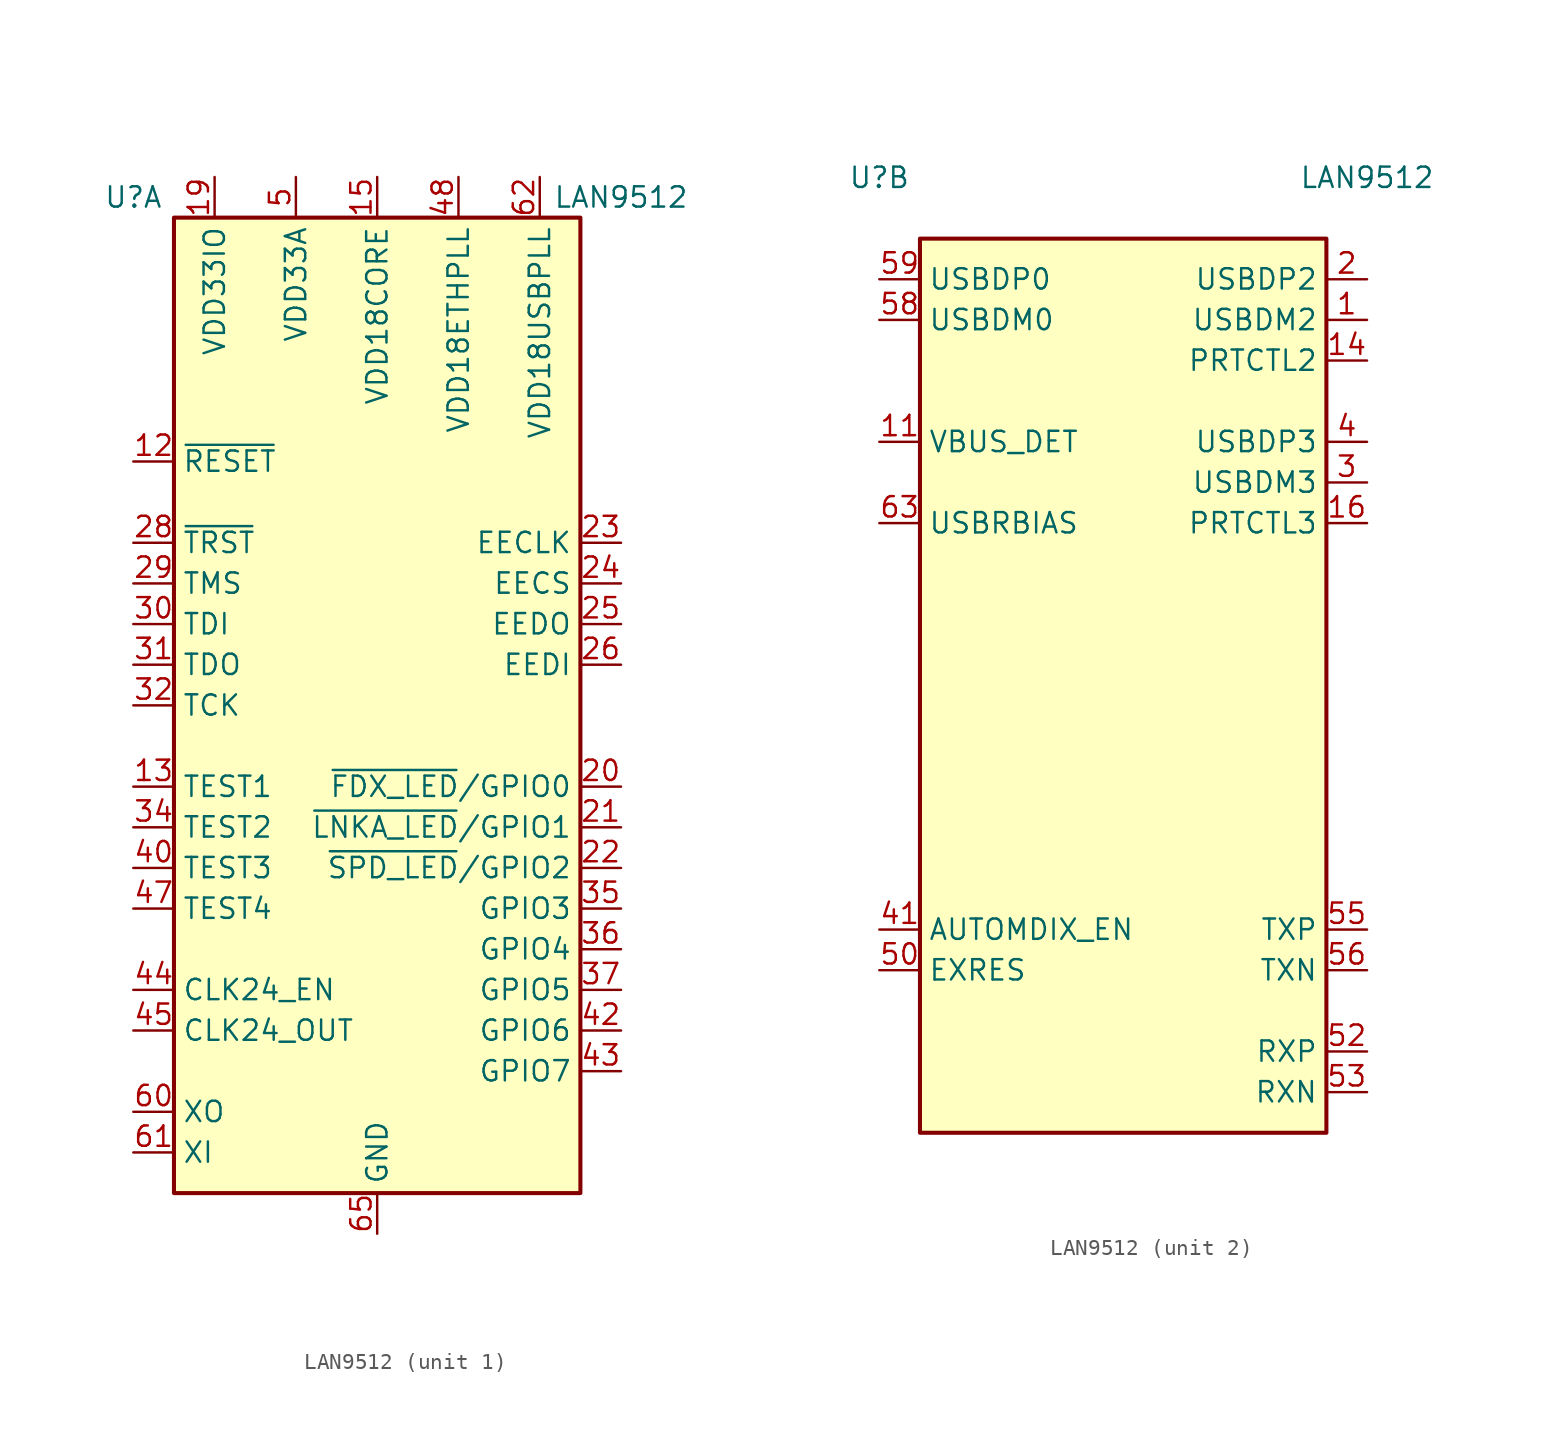
<source format=kicad_sym>
(kicad_symbol_lib
  (version 20241209)
  (generator "kicad_symbol_editor")
  (generator_version "9.0")
  (symbol "LAN9512"
    (property "Reference" "U"
      (at -15.24 31.75 0)
      (effects (font (size 1.27 1.27))))
    (property "Value" "LAN9512"
      (at 15.24 31.75 0)
      (effects (font (size 1.27 1.27))))
    (property "ki_locked" ""
      (at 0 0 0)
      (effects (font (size 1.27 1.27))))
    (symbol "LAN9512_1_1"
      (rectangle (start -12.7 30.48) (end 12.7 -30.48) (stroke (width 0.254) (type default)) (fill (type background)))
      (pin input line (at -15.24 15.24 0) (length 2.54) (name "~{RESET}" (effects (font (size 1.27 1.27)))) (number "12" (effects (font (size 1.27 1.27)))))
      (pin input line (at -15.24 10.16 0) (length 2.54) (name "~{TRST}" (effects (font (size 1.27 1.27)))) (number "28" (effects (font (size 1.27 1.27)))))
      (pin input line (at -15.24 7.62 0) (length 2.54) (name "TMS" (effects (font (size 1.27 1.27)))) (number "29" (effects (font (size 1.27 1.27)))))
      (pin input line (at -15.24 5.08 0) (length 2.54) (name "TDI" (effects (font (size 1.27 1.27)))) (number "30" (effects (font (size 1.27 1.27)))))
      (pin output line (at -15.24 2.54 0) (length 2.54) (name "TDO" (effects (font (size 1.27 1.27)))) (number "31" (effects (font (size 1.27 1.27)))))
      (pin input line (at -15.24 0 0) (length 2.54) (name "TCK" (effects (font (size 1.27 1.27)))) (number "32" (effects (font (size 1.27 1.27)))))
      (pin input line (at -15.24 -5.08 0) (length 2.54) (name "TEST1" (effects (font (size 1.27 1.27)))) (number "13" (effects (font (size 1.27 1.27)))))
      (pin input line (at -15.24 -7.62 0) (length 2.54) (name "TEST2" (effects (font (size 1.27 1.27)))) (number "34" (effects (font (size 1.27 1.27)))))
      (pin input line (at -15.24 -10.16 0) (length 2.54) (name "TEST3" (effects (font (size 1.27 1.27)))) (number "40" (effects (font (size 1.27 1.27)))))
      (pin input line (at -15.24 -12.7 0) (length 2.54) (name "TEST4" (effects (font (size 1.27 1.27)))) (number "47" (effects (font (size 1.27 1.27)))))
      (pin input line (at -15.24 -17.78 0) (length 2.54) (name "CLK24_EN" (effects (font (size 1.27 1.27)))) (number "44" (effects (font (size 1.27 1.27)))))
      (pin output line (at -15.24 -20.32 0) (length 2.54) (name "CLK24_OUT" (effects (font (size 1.27 1.27)))) (number "45" (effects (font (size 1.27 1.27)))))
      (pin input line (at -15.24 -25.4 0) (length 2.54) (name "XO" (effects (font (size 1.27 1.27)))) (number "60" (effects (font (size 1.27 1.27)))))
      (pin input line (at -15.24 -27.94 0) (length 2.54) (name "XI" (effects (font (size 1.27 1.27)))) (number "61" (effects (font (size 1.27 1.27)))))
      (pin power_in line (at -10.16 33.02 270) (length 2.54) (name "VDD33IO" (effects (font (size 1.27 1.27)))) (number "19" (effects (font (size 1.27 1.27)))))
      (pin passive line (at -10.16 33.02 270) (length 2.54) (hide yes) (name "VDD33IO" (effects (font (size 1.27 1.27)))) (number "27" (effects (font (size 1.27 1.27)))))
      (pin passive line (at -10.16 33.02 270) (length 2.54) (hide yes) (name "VDD33IO" (effects (font (size 1.27 1.27)))) (number "33" (effects (font (size 1.27 1.27)))))
      (pin passive line (at -10.16 33.02 270) (length 2.54) (hide yes) (name "VDD33IO" (effects (font (size 1.27 1.27)))) (number "39" (effects (font (size 1.27 1.27)))))
      (pin passive line (at -10.16 33.02 270) (length 2.54) (hide yes) (name "VDD33IO" (effects (font (size 1.27 1.27)))) (number "46" (effects (font (size 1.27 1.27)))))
      (pin passive line (at -5.08 33.02 270) (length 2.54) (hide yes) (name "VDD33A" (effects (font (size 1.27 1.27)))) (number "10" (effects (font (size 1.27 1.27)))))
      (pin passive line (at -5.08 33.02 270) (length 2.54) (hide yes) (name "VDD33A" (effects (font (size 1.27 1.27)))) (number "49" (effects (font (size 1.27 1.27)))))
      (pin power_in line (at -5.08 33.02 270) (length 2.54) (name "VDD33A" (effects (font (size 1.27 1.27)))) (number "5" (effects (font (size 1.27 1.27)))))
      (pin passive line (at -5.08 33.02 270) (length 2.54) (hide yes) (name "VDD33A" (effects (font (size 1.27 1.27)))) (number "51" (effects (font (size 1.27 1.27)))))
      (pin passive line (at -5.08 33.02 270) (length 2.54) (hide yes) (name "VDD33A" (effects (font (size 1.27 1.27)))) (number "54" (effects (font (size 1.27 1.27)))))
      (pin passive line (at -5.08 33.02 270) (length 2.54) (hide yes) (name "VDD33A" (effects (font (size 1.27 1.27)))) (number "57" (effects (font (size 1.27 1.27)))))
      (pin passive line (at -5.08 33.02 270) (length 2.54) (hide yes) (name "VDD33A" (effects (font (size 1.27 1.27)))) (number "64" (effects (font (size 1.27 1.27)))))
      (pin power_in line (at 0 33.02 270) (length 2.54) (name "VDD18CORE" (effects (font (size 1.27 1.27)))) (number "15" (effects (font (size 1.27 1.27)))))
      (pin passive line (at 0 33.02 270) (length 2.54) (hide yes) (name "VDD18CORE" (effects (font (size 1.27 1.27)))) (number "38" (effects (font (size 1.27 1.27)))))
      (pin power_in line (at 0 -33.02 90) (length 2.54) (name "GND" (effects (font (size 1.27 1.27)))) (number "65" (effects (font (size 1.27 1.27)))))
      (pin power_in line (at 5.08 33.02 270) (length 2.54) (name "VDD18ETHPLL" (effects (font (size 1.27 1.27)))) (number "48" (effects (font (size 1.27 1.27)))))
      (pin power_in line (at 10.16 33.02 270) (length 2.54) (name "VDD18USBPLL" (effects (font (size 1.27 1.27)))) (number "62" (effects (font (size 1.27 1.27)))))
      (pin output line (at 15.24 10.16 180) (length 2.54) (name "EECLK" (effects (font (size 1.27 1.27)))) (number "23" (effects (font (size 1.27 1.27)))))
      (pin output line (at 15.24 7.62 180) (length 2.54) (name "EECS" (effects (font (size 1.27 1.27)))) (number "24" (effects (font (size 1.27 1.27)))))
      (pin output line (at 15.24 5.08 180) (length 2.54) (name "EEDO" (effects (font (size 1.27 1.27)))) (number "25" (effects (font (size 1.27 1.27)))))
      (pin input line (at 15.24 2.54 180) (length 2.54) (name "EEDI" (effects (font (size 1.27 1.27)))) (number "26" (effects (font (size 1.27 1.27)))))
      (pin bidirectional line (at 15.24 -5.08 180) (length 2.54) (name "~{FDX_LED}/GPIO0" (effects (font (size 1.27 1.27)))) (number "20" (effects (font (size 1.27 1.27)))))
      (pin bidirectional line (at 15.24 -7.62 180) (length 2.54) (name "~{LNKA_LED}/GPIO1" (effects (font (size 1.27 1.27)))) (number "21" (effects (font (size 1.27 1.27)))))
      (pin bidirectional line (at 15.24 -10.16 180) (length 2.54) (name "~{SPD_LED}/GPIO2" (effects (font (size 1.27 1.27)))) (number "22" (effects (font (size 1.27 1.27)))))
      (pin bidirectional line (at 15.24 -12.7 180) (length 2.54) (name "GPIO3" (effects (font (size 1.27 1.27)))) (number "35" (effects (font (size 1.27 1.27)))))
      (pin bidirectional line (at 15.24 -15.24 180) (length 2.54) (name "GPIO4" (effects (font (size 1.27 1.27)))) (number "36" (effects (font (size 1.27 1.27)))))
      (pin bidirectional line (at 15.24 -17.78 180) (length 2.54) (name "GPIO5" (effects (font (size 1.27 1.27)))) (number "37" (effects (font (size 1.27 1.27)))))
      (pin bidirectional line (at 15.24 -20.32 180) (length 2.54) (name "GPIO6" (effects (font (size 1.27 1.27)))) (number "42" (effects (font (size 1.27 1.27)))))
      (pin bidirectional line (at 15.24 -22.86 180) (length 2.54) (name "GPIO7" (effects (font (size 1.27 1.27)))) (number "43" (effects (font (size 1.27 1.27))))))
    (symbol "LAN9512_2_1"
      (rectangle (start 12.7 -27.94) (end -12.7 27.94) (stroke (width 0.254) (type default)) (fill (type background)))
      (pin bidirectional line (at -15.24 25.4 0) (length 2.54) (name "USBDP0" (effects (font (size 1.27 1.27)))) (number "59" (effects (font (size 1.27 1.27)))))
      (pin bidirectional line (at -15.24 22.86 0) (length 2.54) (name "USBDM0" (effects (font (size 1.27 1.27)))) (number "58" (effects (font (size 1.27 1.27)))))
      (pin input line (at -15.24 15.24 0) (length 2.54) (name "VBUS_DET" (effects (font (size 1.27 1.27)))) (number "11" (effects (font (size 1.27 1.27)))))
      (pin input line (at -15.24 10.16 0) (length 2.54) (name "USBRBIAS" (effects (font (size 1.27 1.27)))) (number "63" (effects (font (size 1.27 1.27)))))
      (pin input line (at -15.24 -15.24 0) (length 2.54) (name "AUTOMDIX_EN" (effects (font (size 1.27 1.27)))) (number "41" (effects (font (size 1.27 1.27)))))
      (pin input line (at -15.24 -17.78 0) (length 2.54) (name "EXRES" (effects (font (size 1.27 1.27)))) (number "50" (effects (font (size 1.27 1.27)))))
      (pin no_connect line (at 12.7 5.08 180) (length 2.54) (hide yes) (name "NC" (effects (font (size 1.27 1.27)))) (number "7" (effects (font (size 1.27 1.27)))))
      (pin no_connect line (at 12.7 2.54 180) (length 2.54) (hide yes) (name "NC" (effects (font (size 1.27 1.27)))) (number "6" (effects (font (size 1.27 1.27)))))
      (pin no_connect line (at 12.7 0 180) (length 2.54) (hide yes) (name "NC" (effects (font (size 1.27 1.27)))) (number "17" (effects (font (size 1.27 1.27)))))
      (pin no_connect line (at 12.7 -5.08 180) (length 2.54) (hide yes) (name "NC" (effects (font (size 1.27 1.27)))) (number "9" (effects (font (size 1.27 1.27)))))
      (pin no_connect line (at 12.7 -7.62 180) (length 2.54) (hide yes) (name "NC" (effects (font (size 1.27 1.27)))) (number "8" (effects (font (size 1.27 1.27)))))
      (pin no_connect line (at 12.7 -10.16 180) (length 2.54) (hide yes) (name "NC" (effects (font (size 1.27 1.27)))) (number "18" (effects (font (size 1.27 1.27)))))
      (pin bidirectional line (at 15.24 25.4 180) (length 2.54) (name "USBDP2" (effects (font (size 1.27 1.27)))) (number "2" (effects (font (size 1.27 1.27)))))
      (pin bidirectional line (at 15.24 22.86 180) (length 2.54) (name "USBDM2" (effects (font (size 1.27 1.27)))) (number "1" (effects (font (size 1.27 1.27)))))
      (pin bidirectional line (at 15.24 20.32 180) (length 2.54) (name "PRTCTL2" (effects (font (size 1.27 1.27)))) (number "14" (effects (font (size 1.27 1.27)))))
      (pin bidirectional line (at 15.24 15.24 180) (length 2.54) (name "USBDP3" (effects (font (size 1.27 1.27)))) (number "4" (effects (font (size 1.27 1.27)))))
      (pin bidirectional line (at 15.24 12.7 180) (length 2.54) (name "USBDM3" (effects (font (size 1.27 1.27)))) (number "3" (effects (font (size 1.27 1.27)))))
      (pin bidirectional line (at 15.24 10.16 180) (length 2.54) (name "PRTCTL3" (effects (font (size 1.27 1.27)))) (number "16" (effects (font (size 1.27 1.27)))))
      (pin output line (at 15.24 -15.24 180) (length 2.54) (name "TXP" (effects (font (size 1.27 1.27)))) (number "55" (effects (font (size 1.27 1.27)))))
      (pin output line (at 15.24 -17.78 180) (length 2.54) (name "TXN" (effects (font (size 1.27 1.27)))) (number "56" (effects (font (size 1.27 1.27)))))
      (pin input line (at 15.24 -22.86 180) (length 2.54) (name "RXP" (effects (font (size 1.27 1.27)))) (number "52" (effects (font (size 1.27 1.27)))))
      (pin input line (at 15.24 -25.4 180) (length 2.54) (name "RXN" (effects (font (size 1.27 1.27)))) (number "53" (effects (font (size 1.27 1.27))))))))
</source>
